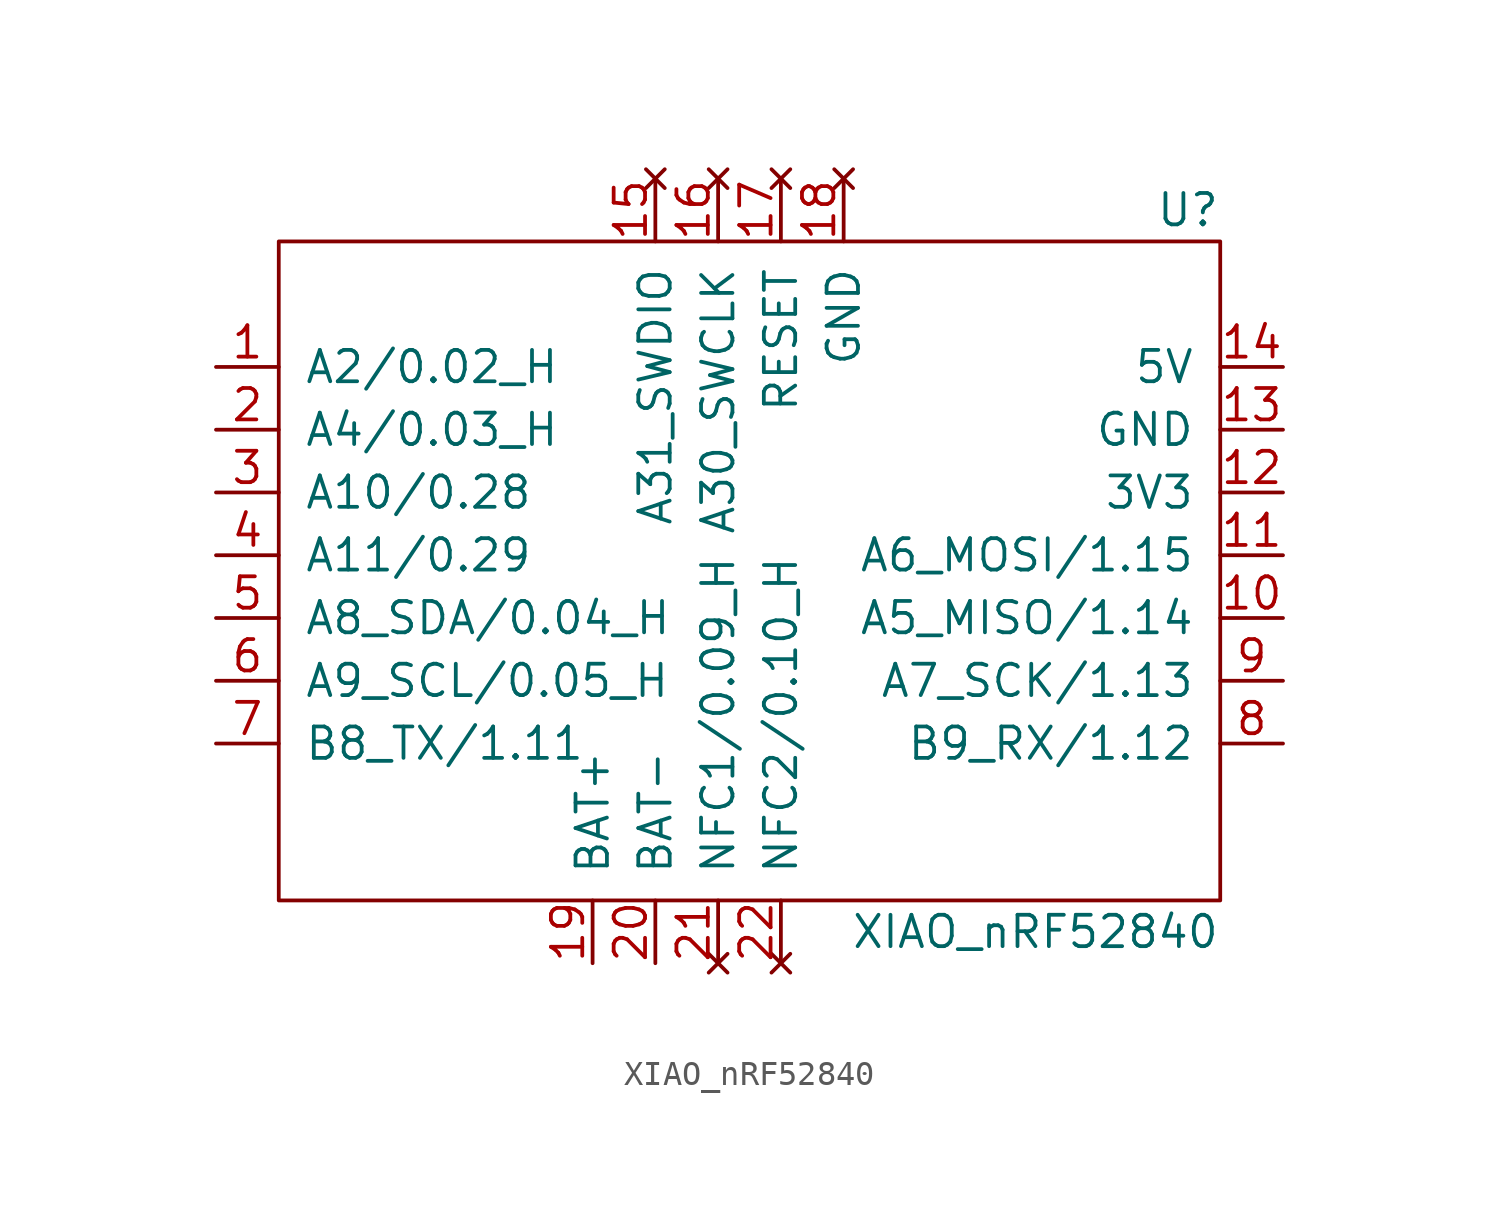
<source format=kicad_sym>
(kicad_symbol_lib
  (version 20231120)
  (generator "kicad_symbol_editor")
  (generator_version "8.0")
  (symbol "XIAO_nRF52840"
    (pin_names
      (offset 1.016))
    (property "Reference" "U"
      (at 19.05 13.97 0)
      (effects (font (size 1.27 1.27)) (justify right)))
    (property "Value" "XIAO_nRF52840"
      (at 19.05 -15.24 0)
      (effects (font (size 1.27 1.27)) (justify right)))
    (symbol "XIAO_nRF52840_0_1"
      (rectangle (start -19.05 12.7) (end 19.05 -13.97) (stroke (width 0) (type default)) (fill (type none))))
    (symbol "XIAO_nRF52840_1_1"
      (pin bidirectional line (at -21.59 7.62 0) (length 2.54) (name "A2/0.02_H" (effects (font (size 1.27 1.27)))) (number "1" (effects (font (size 1.27 1.27)))))
      (pin bidirectional line (at 21.59 -2.54 180) (length 2.54) (name "A5_MISO/1.14" (effects (font (size 1.27 1.27)))) (number "10" (effects (font (size 1.27 1.27)))))
      (pin bidirectional line (at 21.59 0 180) (length 2.54) (name "A6_MOSI/1.15" (effects (font (size 1.27 1.27)))) (number "11" (effects (font (size 1.27 1.27)))))
      (pin power_out line (at 21.59 2.54 180) (length 2.54) (name "3V3" (effects (font (size 1.27 1.27)))) (number "12" (effects (font (size 1.27 1.27)))))
      (pin power_out line (at 21.59 5.08 180) (length 2.54) (name "GND" (effects (font (size 1.27 1.27)))) (number "13" (effects (font (size 1.27 1.27)))))
      (pin power_out line (at 21.59 7.62 180) (length 2.54) (name "5V" (effects (font (size 1.27 1.27)))) (number "14" (effects (font (size 1.27 1.27)))))
      (pin no_connect line (at -3.81 15.24 270) (length 2.54) (name "A31_SWDIO" (effects (font (size 1.27 1.27)))) (number "15" (effects (font (size 1.27 1.27)))))
      (pin no_connect line (at -1.27 15.24 270) (length 2.54) (name "A30_SWCLK" (effects (font (size 1.27 1.27)))) (number "16" (effects (font (size 1.27 1.27)))))
      (pin no_connect line (at 1.27 15.24 270) (length 2.54) (name "RESET" (effects (font (size 1.27 1.27)))) (number "17" (effects (font (size 1.27 1.27)))))
      (pin no_connect line (at 3.81 15.24 270) (length 2.54) (name "GND" (effects (font (size 1.27 1.27)))) (number "18" (effects (font (size 1.27 1.27)))))
      (pin power_in line (at -6.35 -16.51 90) (length 2.54) (name "BAT+" (effects (font (size 1.27 1.27)))) (number "19" (effects (font (size 1.27 1.27)))))
      (pin bidirectional line (at -21.59 5.08 0) (length 2.54) (name "A4/0.03_H" (effects (font (size 1.27 1.27)))) (number "2" (effects (font (size 1.27 1.27)))))
      (pin power_in line (at -3.81 -16.51 90) (length 2.54) (name "BAT-" (effects (font (size 1.27 1.27)))) (number "20" (effects (font (size 1.27 1.27)))))
      (pin no_connect line (at -1.27 -16.51 90) (length 2.54) (name "NFC1/0.09_H" (effects (font (size 1.27 1.27)))) (number "21" (effects (font (size 1.27 1.27)))))
      (pin no_connect line (at 1.27 -16.51 90) (length 2.54) (name "NFC2/0.10_H" (effects (font (size 1.27 1.27)))) (number "22" (effects (font (size 1.27 1.27)))))
      (pin bidirectional line (at -21.59 2.54 0) (length 2.54) (name "A10/0.28" (effects (font (size 1.27 1.27)))) (number "3" (effects (font (size 1.27 1.27)))))
      (pin bidirectional line (at -21.59 0 0) (length 2.54) (name "A11/0.29" (effects (font (size 1.27 1.27)))) (number "4" (effects (font (size 1.27 1.27)))))
      (pin bidirectional line (at -21.59 -2.54 0) (length 2.54) (name "A8_SDA/0.04_H" (effects (font (size 1.27 1.27)))) (number "5" (effects (font (size 1.27 1.27)))))
      (pin bidirectional line (at -21.59 -5.08 0) (length 2.54) (name "A9_SCL/0.05_H" (effects (font (size 1.27 1.27)))) (number "6" (effects (font (size 1.27 1.27)))))
      (pin bidirectional line (at -21.59 -7.62 0) (length 2.54) (name "B8_TX/1.11" (effects (font (size 1.27 1.27)))) (number "7" (effects (font (size 1.27 1.27)))))
      (pin bidirectional line (at 21.59 -7.62 180) (length 2.54) (name "B9_RX/1.12" (effects (font (size 1.27 1.27)))) (number "8" (effects (font (size 1.27 1.27)))))
      (pin bidirectional line (at 21.59 -5.08 180) (length 2.54) (name "A7_SCK/1.13" (effects (font (size 1.27 1.27)))) (number "9" (effects (font (size 1.27 1.27))))))))
</source>
